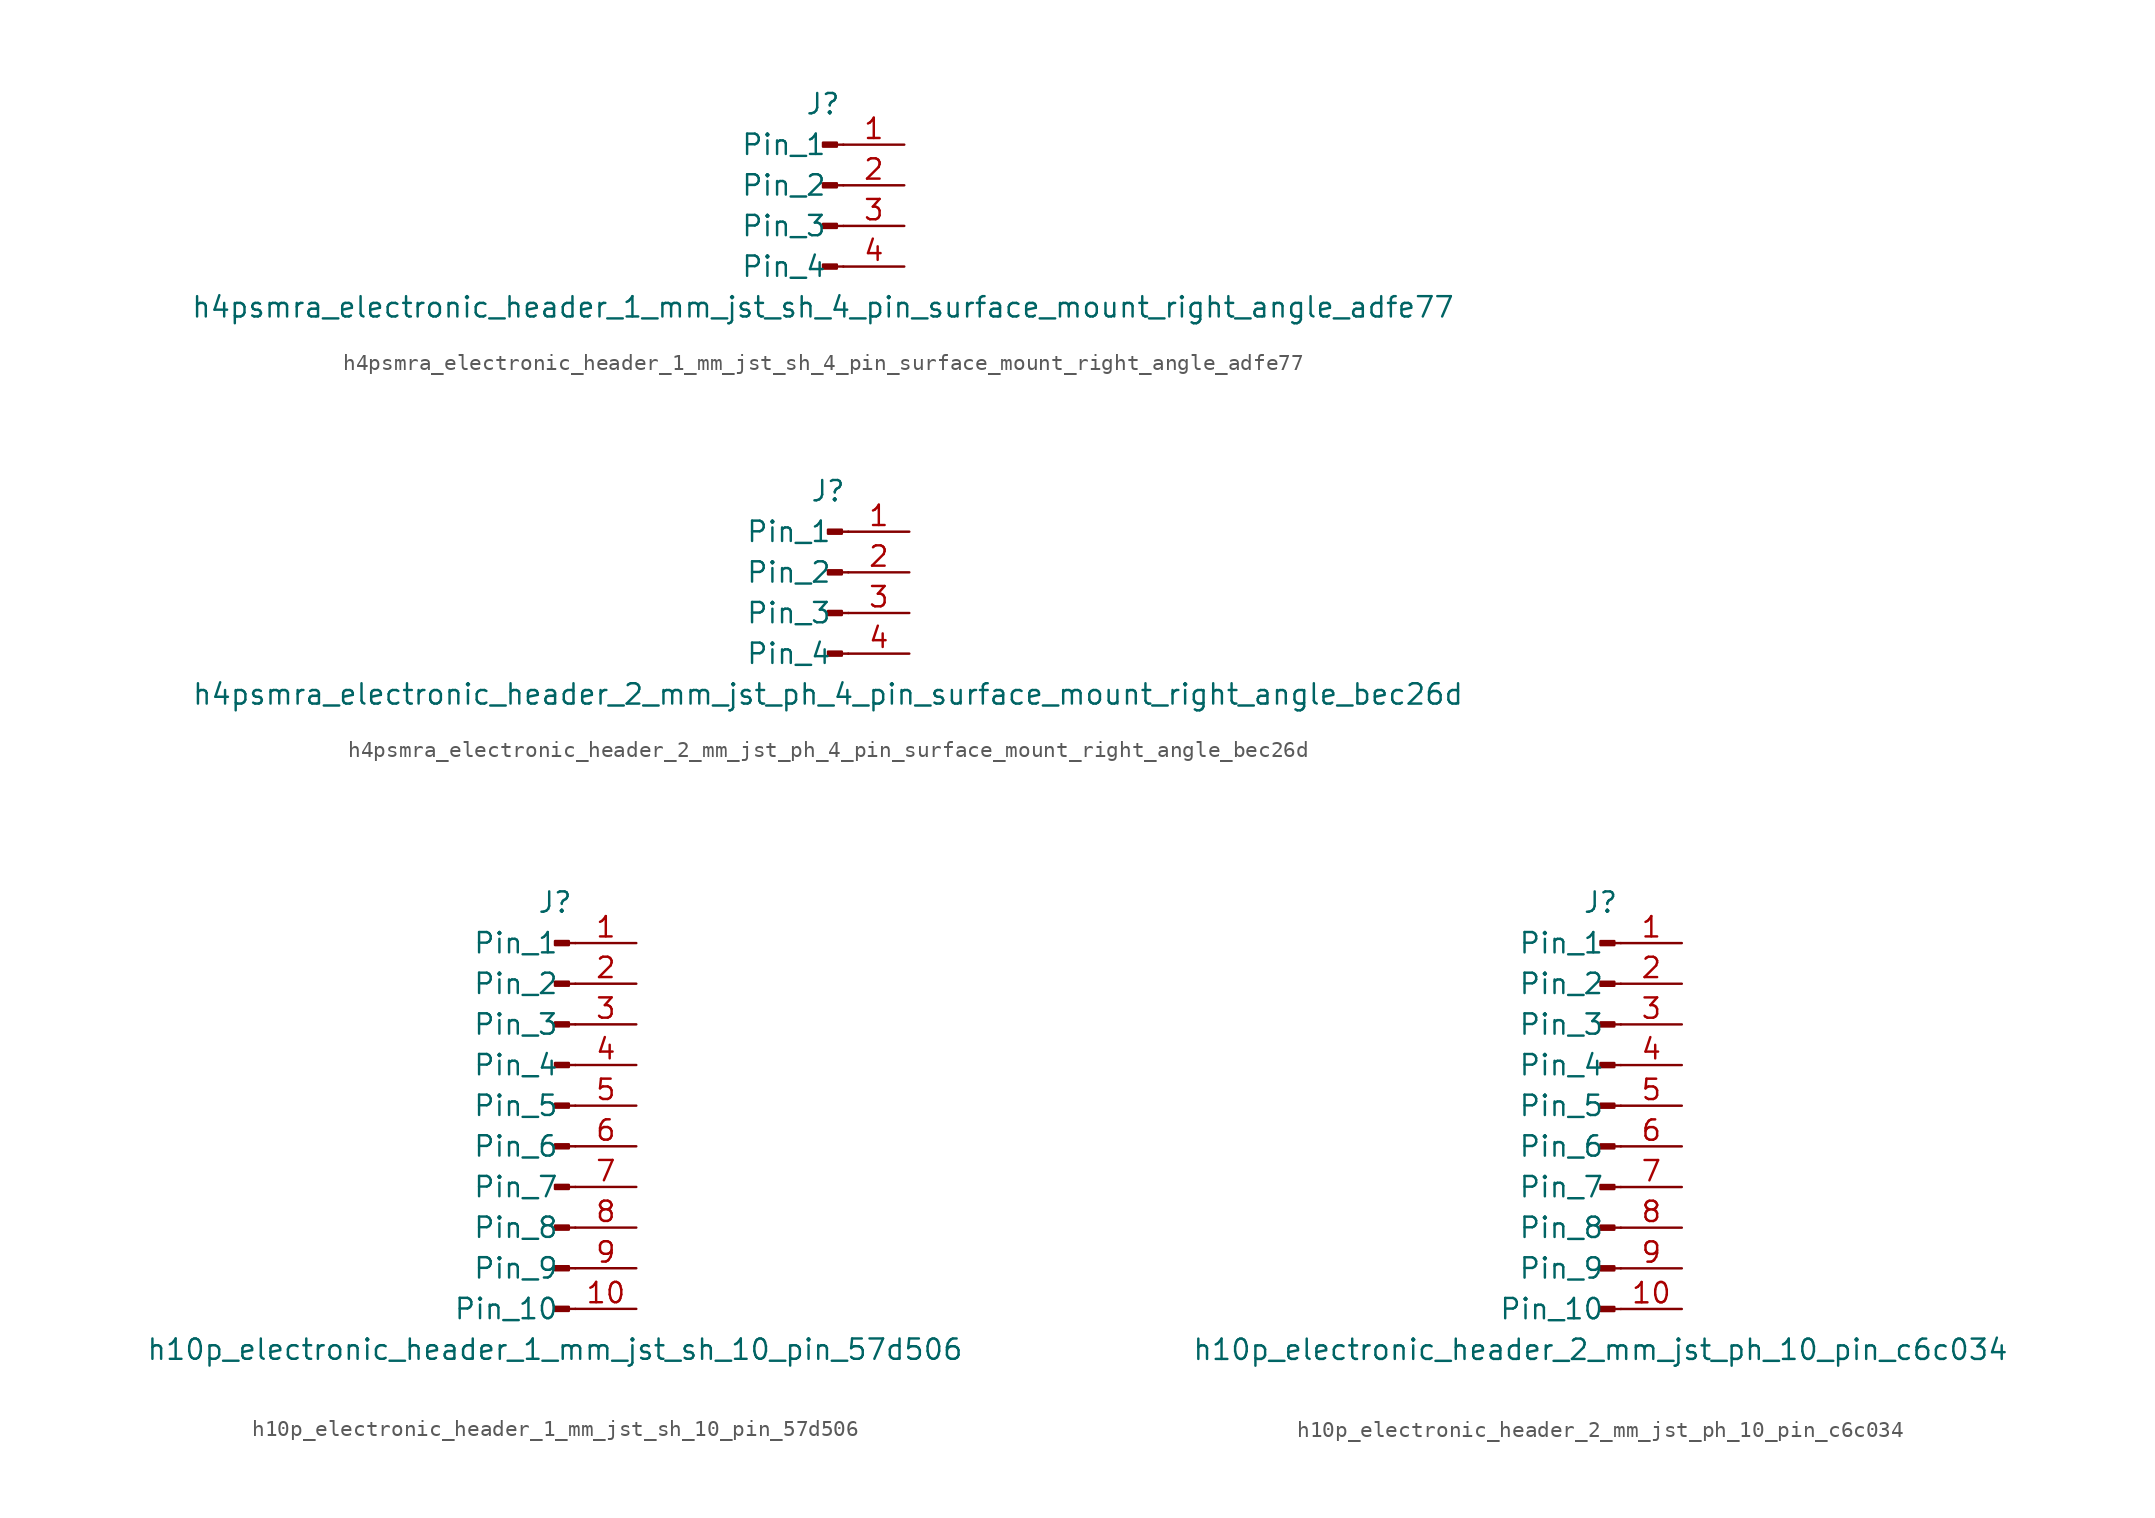
<source format=kicad_sym>
(kicad_symbol_lib
  (version 20220914)
  (generator kicad_symbol_editor)
  (symbol "h4psmra_electronic_header_1_mm_jst_sh_4_pin_surface_mount_right_angle_adfe77"
    (pin_names
      (offset 1.016))
    (property "Reference" "J"
      (at 0 5.08 0)
      (effects (font (size 1.27 1.27))))
    (property "Value" "h4psmra_electronic_header_1_mm_jst_sh_4_pin_surface_mount_right_angle_adfe77"
      (at 0 -7.62 0)
      (effects (font (size 1.27 1.27))))
    (property "ki_locked" ""
      (at 0 0 0)
      (effects (font (size 1.27 1.27))))
    (symbol "h4psmra_electronic_header_1_mm_jst_sh_4_pin_surface_mount_right_angle_adfe77_1_1"
      (polyline (pts (xy 1.27 -5.08) (xy 0.864 -5.08)) (stroke (width 0.152) (type default)) (fill (type none)))
      (polyline (pts (xy 1.27 -2.54) (xy 0.864 -2.54)) (stroke (width 0.152) (type default)) (fill (type none)))
      (polyline (pts (xy 1.27 0) (xy 0.864 0)) (stroke (width 0.152) (type default)) (fill (type none)))
      (polyline (pts (xy 1.27 2.54) (xy 0.864 2.54)) (stroke (width 0.152) (type default)) (fill (type none)))
      (rectangle (start 0.864 -4.953) (end 0 -5.207) (stroke (width 0.152) (type default)) (fill (type outline)))
      (rectangle (start 0.864 -2.413) (end 0 -2.667) (stroke (width 0.152) (type default)) (fill (type outline)))
      (rectangle (start 0.864 0.127) (end 0 -0.127) (stroke (width 0.152) (type default)) (fill (type outline)))
      (rectangle (start 0.864 2.667) (end 0 2.413) (stroke (width 0.152) (type default)) (fill (type outline)))
      (pin passive line (at 5.08 2.54 180) (length 3.81) (name "Pin_1" (effects (font (size 1.27 1.27)))) (number "1" (effects (font (size 1.27 1.27)))))
      (pin passive line (at 5.08 0 180) (length 3.81) (name "Pin_2" (effects (font (size 1.27 1.27)))) (number "2" (effects (font (size 1.27 1.27)))))
      (pin passive line (at 5.08 -2.54 180) (length 3.81) (name "Pin_3" (effects (font (size 1.27 1.27)))) (number "3" (effects (font (size 1.27 1.27)))))
      (pin passive line (at 5.08 -5.08 180) (length 3.81) (name "Pin_4" (effects (font (size 1.27 1.27)))) (number "4" (effects (font (size 1.27 1.27)))))))
  (symbol "h4psmra_electronic_header_2_mm_jst_ph_4_pin_surface_mount_right_angle_bec26d"
    (pin_names
      (offset 1.016))
    (property "Reference" "J"
      (at 0 5.08 0)
      (effects (font (size 1.27 1.27))))
    (property "Value" "h4psmra_electronic_header_2_mm_jst_ph_4_pin_surface_mount_right_angle_bec26d"
      (at 0 -7.62 0)
      (effects (font (size 1.27 1.27))))
    (property "ki_locked" ""
      (at 0 0 0)
      (effects (font (size 1.27 1.27))))
    (symbol "h4psmra_electronic_header_2_mm_jst_ph_4_pin_surface_mount_right_angle_bec26d_1_1"
      (polyline (pts (xy 1.27 -5.08) (xy 0.864 -5.08)) (stroke (width 0.152) (type default)) (fill (type none)))
      (polyline (pts (xy 1.27 -2.54) (xy 0.864 -2.54)) (stroke (width 0.152) (type default)) (fill (type none)))
      (polyline (pts (xy 1.27 0) (xy 0.864 0)) (stroke (width 0.152) (type default)) (fill (type none)))
      (polyline (pts (xy 1.27 2.54) (xy 0.864 2.54)) (stroke (width 0.152) (type default)) (fill (type none)))
      (rectangle (start 0.864 -4.953) (end 0 -5.207) (stroke (width 0.152) (type default)) (fill (type outline)))
      (rectangle (start 0.864 -2.413) (end 0 -2.667) (stroke (width 0.152) (type default)) (fill (type outline)))
      (rectangle (start 0.864 0.127) (end 0 -0.127) (stroke (width 0.152) (type default)) (fill (type outline)))
      (rectangle (start 0.864 2.667) (end 0 2.413) (stroke (width 0.152) (type default)) (fill (type outline)))
      (pin passive line (at 5.08 2.54 180) (length 3.81) (name "Pin_1" (effects (font (size 1.27 1.27)))) (number "1" (effects (font (size 1.27 1.27)))))
      (pin passive line (at 5.08 0 180) (length 3.81) (name "Pin_2" (effects (font (size 1.27 1.27)))) (number "2" (effects (font (size 1.27 1.27)))))
      (pin passive line (at 5.08 -2.54 180) (length 3.81) (name "Pin_3" (effects (font (size 1.27 1.27)))) (number "3" (effects (font (size 1.27 1.27)))))
      (pin passive line (at 5.08 -5.08 180) (length 3.81) (name "Pin_4" (effects (font (size 1.27 1.27)))) (number "4" (effects (font (size 1.27 1.27)))))))
  (symbol "h10p_electronic_header_1_mm_jst_sh_10_pin_57d506"
    (pin_names
      (offset 1.016))
    (property "Reference" "J"
      (at 0 12.7 0)
      (effects (font (size 1.27 1.27))))
    (property "Value" "h10p_electronic_header_1_mm_jst_sh_10_pin_57d506"
      (at 0 -15.24 0)
      (effects (font (size 1.27 1.27))))
    (property "ki_locked" ""
      (at 0 0 0)
      (effects (font (size 1.27 1.27))))
    (symbol "h10p_electronic_header_1_mm_jst_sh_10_pin_57d506_1_1"
      (polyline (pts (xy 1.27 -12.7) (xy 0.864 -12.7)) (stroke (width 0.152) (type default)) (fill (type none)))
      (polyline (pts (xy 1.27 -10.16) (xy 0.864 -10.16)) (stroke (width 0.152) (type default)) (fill (type none)))
      (polyline (pts (xy 1.27 -7.62) (xy 0.864 -7.62)) (stroke (width 0.152) (type default)) (fill (type none)))
      (polyline (pts (xy 1.27 -5.08) (xy 0.864 -5.08)) (stroke (width 0.152) (type default)) (fill (type none)))
      (polyline (pts (xy 1.27 -2.54) (xy 0.864 -2.54)) (stroke (width 0.152) (type default)) (fill (type none)))
      (polyline (pts (xy 1.27 0) (xy 0.864 0)) (stroke (width 0.152) (type default)) (fill (type none)))
      (polyline (pts (xy 1.27 2.54) (xy 0.864 2.54)) (stroke (width 0.152) (type default)) (fill (type none)))
      (polyline (pts (xy 1.27 5.08) (xy 0.864 5.08)) (stroke (width 0.152) (type default)) (fill (type none)))
      (polyline (pts (xy 1.27 7.62) (xy 0.864 7.62)) (stroke (width 0.152) (type default)) (fill (type none)))
      (polyline (pts (xy 1.27 10.16) (xy 0.864 10.16)) (stroke (width 0.152) (type default)) (fill (type none)))
      (rectangle (start 0.864 -12.573) (end 0 -12.827) (stroke (width 0.152) (type default)) (fill (type outline)))
      (rectangle (start 0.864 -10.033) (end 0 -10.287) (stroke (width 0.152) (type default)) (fill (type outline)))
      (rectangle (start 0.864 -7.493) (end 0 -7.747) (stroke (width 0.152) (type default)) (fill (type outline)))
      (rectangle (start 0.864 -4.953) (end 0 -5.207) (stroke (width 0.152) (type default)) (fill (type outline)))
      (rectangle (start 0.864 -2.413) (end 0 -2.667) (stroke (width 0.152) (type default)) (fill (type outline)))
      (rectangle (start 0.864 0.127) (end 0 -0.127) (stroke (width 0.152) (type default)) (fill (type outline)))
      (rectangle (start 0.864 2.667) (end 0 2.413) (stroke (width 0.152) (type default)) (fill (type outline)))
      (rectangle (start 0.864 5.207) (end 0 4.953) (stroke (width 0.152) (type default)) (fill (type outline)))
      (rectangle (start 0.864 7.747) (end 0 7.493) (stroke (width 0.152) (type default)) (fill (type outline)))
      (rectangle (start 0.864 10.287) (end 0 10.033) (stroke (width 0.152) (type default)) (fill (type outline)))
      (pin passive line (at 5.08 10.16 180) (length 3.81) (name "Pin_1" (effects (font (size 1.27 1.27)))) (number "1" (effects (font (size 1.27 1.27)))))
      (pin passive line (at 5.08 -12.7 180) (length 3.81) (name "Pin_10" (effects (font (size 1.27 1.27)))) (number "10" (effects (font (size 1.27 1.27)))))
      (pin passive line (at 5.08 7.62 180) (length 3.81) (name "Pin_2" (effects (font (size 1.27 1.27)))) (number "2" (effects (font (size 1.27 1.27)))))
      (pin passive line (at 5.08 5.08 180) (length 3.81) (name "Pin_3" (effects (font (size 1.27 1.27)))) (number "3" (effects (font (size 1.27 1.27)))))
      (pin passive line (at 5.08 2.54 180) (length 3.81) (name "Pin_4" (effects (font (size 1.27 1.27)))) (number "4" (effects (font (size 1.27 1.27)))))
      (pin passive line (at 5.08 0 180) (length 3.81) (name "Pin_5" (effects (font (size 1.27 1.27)))) (number "5" (effects (font (size 1.27 1.27)))))
      (pin passive line (at 5.08 -2.54 180) (length 3.81) (name "Pin_6" (effects (font (size 1.27 1.27)))) (number "6" (effects (font (size 1.27 1.27)))))
      (pin passive line (at 5.08 -5.08 180) (length 3.81) (name "Pin_7" (effects (font (size 1.27 1.27)))) (number "7" (effects (font (size 1.27 1.27)))))
      (pin passive line (at 5.08 -7.62 180) (length 3.81) (name "Pin_8" (effects (font (size 1.27 1.27)))) (number "8" (effects (font (size 1.27 1.27)))))
      (pin passive line (at 5.08 -10.16 180) (length 3.81) (name "Pin_9" (effects (font (size 1.27 1.27)))) (number "9" (effects (font (size 1.27 1.27)))))))
  (symbol "h10p_electronic_header_2_mm_jst_ph_10_pin_c6c034"
    (pin_names
      (offset 1.016))
    (property "Reference" "J"
      (at 0 12.7 0)
      (effects (font (size 1.27 1.27))))
    (property "Value" "h10p_electronic_header_2_mm_jst_ph_10_pin_c6c034"
      (at 0 -15.24 0)
      (effects (font (size 1.27 1.27))))
    (property "ki_locked" ""
      (at 0 0 0)
      (effects (font (size 1.27 1.27))))
    (symbol "h10p_electronic_header_2_mm_jst_ph_10_pin_c6c034_1_1"
      (polyline (pts (xy 1.27 -12.7) (xy 0.864 -12.7)) (stroke (width 0.152) (type default)) (fill (type none)))
      (polyline (pts (xy 1.27 -10.16) (xy 0.864 -10.16)) (stroke (width 0.152) (type default)) (fill (type none)))
      (polyline (pts (xy 1.27 -7.62) (xy 0.864 -7.62)) (stroke (width 0.152) (type default)) (fill (type none)))
      (polyline (pts (xy 1.27 -5.08) (xy 0.864 -5.08)) (stroke (width 0.152) (type default)) (fill (type none)))
      (polyline (pts (xy 1.27 -2.54) (xy 0.864 -2.54)) (stroke (width 0.152) (type default)) (fill (type none)))
      (polyline (pts (xy 1.27 0) (xy 0.864 0)) (stroke (width 0.152) (type default)) (fill (type none)))
      (polyline (pts (xy 1.27 2.54) (xy 0.864 2.54)) (stroke (width 0.152) (type default)) (fill (type none)))
      (polyline (pts (xy 1.27 5.08) (xy 0.864 5.08)) (stroke (width 0.152) (type default)) (fill (type none)))
      (polyline (pts (xy 1.27 7.62) (xy 0.864 7.62)) (stroke (width 0.152) (type default)) (fill (type none)))
      (polyline (pts (xy 1.27 10.16) (xy 0.864 10.16)) (stroke (width 0.152) (type default)) (fill (type none)))
      (rectangle (start 0.864 -12.573) (end 0 -12.827) (stroke (width 0.152) (type default)) (fill (type outline)))
      (rectangle (start 0.864 -10.033) (end 0 -10.287) (stroke (width 0.152) (type default)) (fill (type outline)))
      (rectangle (start 0.864 -7.493) (end 0 -7.747) (stroke (width 0.152) (type default)) (fill (type outline)))
      (rectangle (start 0.864 -4.953) (end 0 -5.207) (stroke (width 0.152) (type default)) (fill (type outline)))
      (rectangle (start 0.864 -2.413) (end 0 -2.667) (stroke (width 0.152) (type default)) (fill (type outline)))
      (rectangle (start 0.864 0.127) (end 0 -0.127) (stroke (width 0.152) (type default)) (fill (type outline)))
      (rectangle (start 0.864 2.667) (end 0 2.413) (stroke (width 0.152) (type default)) (fill (type outline)))
      (rectangle (start 0.864 5.207) (end 0 4.953) (stroke (width 0.152) (type default)) (fill (type outline)))
      (rectangle (start 0.864 7.747) (end 0 7.493) (stroke (width 0.152) (type default)) (fill (type outline)))
      (rectangle (start 0.864 10.287) (end 0 10.033) (stroke (width 0.152) (type default)) (fill (type outline)))
      (pin passive line (at 5.08 10.16 180) (length 3.81) (name "Pin_1" (effects (font (size 1.27 1.27)))) (number "1" (effects (font (size 1.27 1.27)))))
      (pin passive line (at 5.08 -12.7 180) (length 3.81) (name "Pin_10" (effects (font (size 1.27 1.27)))) (number "10" (effects (font (size 1.27 1.27)))))
      (pin passive line (at 5.08 7.62 180) (length 3.81) (name "Pin_2" (effects (font (size 1.27 1.27)))) (number "2" (effects (font (size 1.27 1.27)))))
      (pin passive line (at 5.08 5.08 180) (length 3.81) (name "Pin_3" (effects (font (size 1.27 1.27)))) (number "3" (effects (font (size 1.27 1.27)))))
      (pin passive line (at 5.08 2.54 180) (length 3.81) (name "Pin_4" (effects (font (size 1.27 1.27)))) (number "4" (effects (font (size 1.27 1.27)))))
      (pin passive line (at 5.08 0 180) (length 3.81) (name "Pin_5" (effects (font (size 1.27 1.27)))) (number "5" (effects (font (size 1.27 1.27)))))
      (pin passive line (at 5.08 -2.54 180) (length 3.81) (name "Pin_6" (effects (font (size 1.27 1.27)))) (number "6" (effects (font (size 1.27 1.27)))))
      (pin passive line (at 5.08 -5.08 180) (length 3.81) (name "Pin_7" (effects (font (size 1.27 1.27)))) (number "7" (effects (font (size 1.27 1.27)))))
      (pin passive line (at 5.08 -7.62 180) (length 3.81) (name "Pin_8" (effects (font (size 1.27 1.27)))) (number "8" (effects (font (size 1.27 1.27)))))
      (pin passive line (at 5.08 -10.16 180) (length 3.81) (name "Pin_9" (effects (font (size 1.27 1.27)))) (number "9" (effects (font (size 1.27 1.27))))))))
</source>
